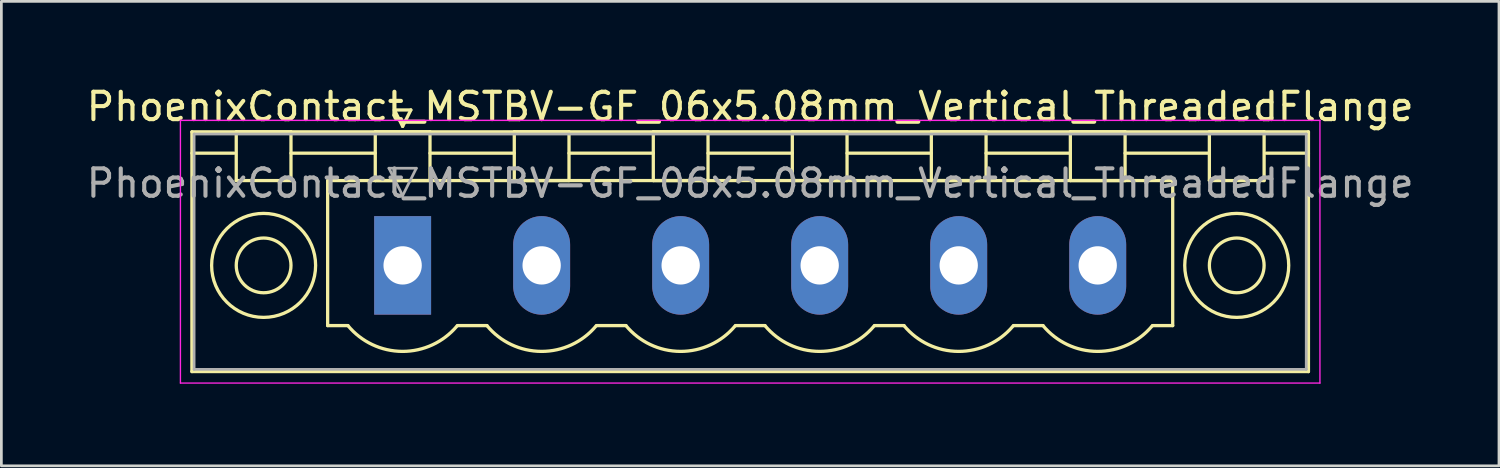
<source format=kicad_pcb>
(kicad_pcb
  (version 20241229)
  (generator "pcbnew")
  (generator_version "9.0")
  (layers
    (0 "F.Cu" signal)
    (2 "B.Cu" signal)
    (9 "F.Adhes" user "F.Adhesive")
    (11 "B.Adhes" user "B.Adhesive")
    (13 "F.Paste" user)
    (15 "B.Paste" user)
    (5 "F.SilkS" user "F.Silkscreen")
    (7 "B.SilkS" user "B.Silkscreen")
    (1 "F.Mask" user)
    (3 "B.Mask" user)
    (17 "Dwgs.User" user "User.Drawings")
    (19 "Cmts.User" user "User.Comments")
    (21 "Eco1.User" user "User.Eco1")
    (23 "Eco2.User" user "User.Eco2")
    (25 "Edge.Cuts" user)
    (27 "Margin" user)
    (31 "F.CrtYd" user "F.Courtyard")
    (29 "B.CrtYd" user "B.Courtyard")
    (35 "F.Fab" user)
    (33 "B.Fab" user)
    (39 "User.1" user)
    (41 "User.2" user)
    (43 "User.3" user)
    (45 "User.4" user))
  (footprint "PhoenixContact_MSTBV-GF_06x5.08mm_Vertical_ThreadedFlange"
    (layer "F.Cu")
    (at 11.663 6.648)
    (property "Reference" "PhoenixContact_MSTBV-GF_06x5.08mm_Vertical_ThreadedFlange" (at 12.7 -5.8 0) (layer "F.SilkS") (effects (font (size 1 1) (thickness 0.15))))
    (attr through_hole)
    (fp_line (start -7.7 -4.88) (end -7.7 3.88) (stroke (width 0.12) (type solid)) (layer "F.SilkS"))
    (fp_line (start -7.7 -4.1) (end -6.16 -4.1) (stroke (width 0.12) (type solid)) (layer "F.SilkS"))
    (fp_line (start -7.7 3.88) (end 33.1 3.88) (stroke (width 0.12) (type solid)) (layer "F.SilkS"))
    (fp_line (start -6.08 -4.88) (end -4.08 -4.88) (stroke (width 0.12) (type solid)) (layer "F.SilkS"))
    (fp_line (start -6.08 -3.1) (end -6.08 -4.88) (stroke (width 0.12) (type solid)) (layer "F.SilkS"))
    (fp_line (start -4.08 -4.88) (end -4.08 -3.1) (stroke (width 0.12) (type solid)) (layer "F.SilkS"))
    (fp_line (start -4.08 -4.1) (end -1 -4.1) (stroke (width 0.12) (type solid)) (layer "F.SilkS"))
    (fp_line (start -4.08 -3.1) (end -6.08 -3.1) (stroke (width 0.12) (type solid)) (layer "F.SilkS"))
    (fp_line (start -2.74 -3.1) (end 28.14 -3.1) (stroke (width 0.12) (type solid)) (layer "F.SilkS"))
    (fp_line (start -2.74 2.2) (end -2.74 -3.1) (stroke (width 0.12) (type solid)) (layer "F.SilkS"))
    (fp_line (start -2 2.2) (end -2.74 2.2) (stroke (width 0.12) (type solid)) (layer "F.SilkS"))
    (fp_line (start -1 -4.88) (end 1 -4.88) (stroke (width 0.12) (type solid)) (layer "F.SilkS"))
    (fp_line (start -1 -3.1) (end -1 -4.88) (stroke (width 0.12) (type solid)) (layer "F.SilkS"))
    (fp_line (start -0.3 -5.68) (end 0.3 -5.68) (stroke (width 0.12) (type solid)) (layer "F.SilkS"))
    (fp_line (start 0 -5.08) (end -0.3 -5.68) (stroke (width 0.12) (type solid)) (layer "F.SilkS"))
    (fp_line (start 0.3 -5.68) (end 0 -5.08) (stroke (width 0.12) (type solid)) (layer "F.SilkS"))
    (fp_line (start 1 -4.88) (end 1 -3.1) (stroke (width 0.12) (type solid)) (layer "F.SilkS"))
    (fp_line (start 1 -4.1) (end 4.08 -4.1) (stroke (width 0.12) (type solid)) (layer "F.SilkS"))
    (fp_line (start 1 -3.1) (end -1 -3.1) (stroke (width 0.12) (type solid)) (layer "F.SilkS"))
    (fp_line (start 2 2.2) (end 3.08 2.2) (stroke (width 0.12) (type solid)) (layer "F.SilkS"))
    (fp_line (start 4.08 -4.88) (end 6.08 -4.88) (stroke (width 0.12) (type solid)) (layer "F.SilkS"))
    (fp_line (start 4.08 -3.1) (end 4.08 -4.88) (stroke (width 0.12) (type solid)) (layer "F.SilkS"))
    (fp_line (start 6.08 -4.88) (end 6.08 -3.1) (stroke (width 0.12) (type solid)) (layer "F.SilkS"))
    (fp_line (start 6.08 -4.1) (end 9.16 -4.1) (stroke (width 0.12) (type solid)) (layer "F.SilkS"))
    (fp_line (start 6.08 -3.1) (end 4.08 -3.1) (stroke (width 0.12) (type solid)) (layer "F.SilkS"))
    (fp_line (start 7.08 2.2) (end 8.16 2.2) (stroke (width 0.12) (type solid)) (layer "F.SilkS"))
    (fp_line (start 9.16 -4.88) (end 11.16 -4.88) (stroke (width 0.12) (type solid)) (layer "F.SilkS"))
    (fp_line (start 9.16 -3.1) (end 9.16 -4.88) (stroke (width 0.12) (type solid)) (layer "F.SilkS"))
    (fp_line (start 11.16 -4.88) (end 11.16 -3.1) (stroke (width 0.12) (type solid)) (layer "F.SilkS"))
    (fp_line (start 11.16 -4.1) (end 14.24 -4.1) (stroke (width 0.12) (type solid)) (layer "F.SilkS"))
    (fp_line (start 11.16 -3.1) (end 9.16 -3.1) (stroke (width 0.12) (type solid)) (layer "F.SilkS"))
    (fp_line (start 12.16 2.2) (end 13.24 2.2) (stroke (width 0.12) (type solid)) (layer "F.SilkS"))
    (fp_line (start 14.24 -4.88) (end 16.24 -4.88) (stroke (width 0.12) (type solid)) (layer "F.SilkS"))
    (fp_line (start 14.24 -3.1) (end 14.24 -4.88) (stroke (width 0.12) (type solid)) (layer "F.SilkS"))
    (fp_line (start 16.24 -4.88) (end 16.24 -3.1) (stroke (width 0.12) (type solid)) (layer "F.SilkS"))
    (fp_line (start 16.24 -4.1) (end 19.32 -4.1) (stroke (width 0.12) (type solid)) (layer "F.SilkS"))
    (fp_line (start 16.24 -3.1) (end 14.24 -3.1) (stroke (width 0.12) (type solid)) (layer "F.SilkS"))
    (fp_line (start 17.24 2.2) (end 18.32 2.2) (stroke (width 0.12) (type solid)) (layer "F.SilkS"))
    (fp_line (start 19.32 -4.88) (end 21.32 -4.88) (stroke (width 0.12) (type solid)) (layer "F.SilkS"))
    (fp_line (start 19.32 -3.1) (end 19.32 -4.88) (stroke (width 0.12) (type solid)) (layer "F.SilkS"))
    (fp_line (start 21.32 -4.88) (end 21.32 -3.1) (stroke (width 0.12) (type solid)) (layer "F.SilkS"))
    (fp_line (start 21.32 -4.1) (end 24.4 -4.1) (stroke (width 0.12) (type solid)) (layer "F.SilkS"))
    (fp_line (start 21.32 -3.1) (end 19.32 -3.1) (stroke (width 0.12) (type solid)) (layer "F.SilkS"))
    (fp_line (start 22.32 2.2) (end 23.4 2.2) (stroke (width 0.12) (type solid)) (layer "F.SilkS"))
    (fp_line (start 24.4 -4.88) (end 26.4 -4.88) (stroke (width 0.12) (type solid)) (layer "F.SilkS"))
    (fp_line (start 24.4 -3.1) (end 24.4 -4.88) (stroke (width 0.12) (type solid)) (layer "F.SilkS"))
    (fp_line (start 26.4 -4.88) (end 26.4 -3.1) (stroke (width 0.12) (type solid)) (layer "F.SilkS"))
    (fp_line (start 26.4 -4.1) (end 29.48 -4.1) (stroke (width 0.12) (type solid)) (layer "F.SilkS"))
    (fp_line (start 26.4 -3.1) (end 24.4 -3.1) (stroke (width 0.12) (type solid)) (layer "F.SilkS"))
    (fp_line (start 28.14 -3.1) (end 28.14 2.2) (stroke (width 0.12) (type solid)) (layer "F.SilkS"))
    (fp_line (start 28.14 2.2) (end 27.4 2.2) (stroke (width 0.12) (type solid)) (layer "F.SilkS"))
    (fp_line (start 29.48 -4.88) (end 31.48 -4.88) (stroke (width 0.12) (type solid)) (layer "F.SilkS"))
    (fp_line (start 29.48 -3.1) (end 29.48 -4.88) (stroke (width 0.12) (type solid)) (layer "F.SilkS"))
    (fp_line (start 31.48 -4.88) (end 31.48 -3.1) (stroke (width 0.12) (type solid)) (layer "F.SilkS"))
    (fp_line (start 31.48 -3.1) (end 29.48 -3.1) (stroke (width 0.12) (type solid)) (layer "F.SilkS"))
    (fp_line (start 33.1 -4.88) (end -7.7 -4.88) (stroke (width 0.12) (type solid)) (layer "F.SilkS"))
    (fp_line (start 33.1 -4.1) (end 31.56 -4.1) (stroke (width 0.12) (type solid)) (layer "F.SilkS"))
    (fp_line (start 33.1 3.88) (end 33.1 -4.88) (stroke (width 0.12) (type solid)) (layer "F.SilkS"))
    (fp_arc (start 1.986842 2.215821) (mid -0.010289 3.142758) (end -2 2.2) (stroke (width 0.12) (type solid)) (layer "F.SilkS"))
    (fp_arc (start 7.066842 2.215821) (mid 5.069711 3.142758) (end 3.08 2.2) (stroke (width 0.12) (type solid)) (layer "F.SilkS"))
    (fp_arc (start 12.146842 2.215821) (mid 10.149711 3.142758) (end 8.16 2.2) (stroke (width 0.12) (type solid)) (layer "F.SilkS"))
    (fp_arc (start 17.226842 2.215821) (mid 15.229711 3.142758) (end 13.24 2.2) (stroke (width 0.12) (type solid)) (layer "F.SilkS"))
    (fp_arc (start 22.306842 2.215821) (mid 20.309711 3.142758) (end 18.32 2.2) (stroke (width 0.12) (type solid)) (layer "F.SilkS"))
    (fp_arc (start 27.386842 2.215821) (mid 25.389711 3.142758) (end 23.4 2.2) (stroke (width 0.12) (type solid)) (layer "F.SilkS"))
    (fp_circle (center -5.08 0) (end -4.08 0) (stroke (width 0.12) (type solid)) (fill no) (layer "F.SilkS"))
    (fp_circle (center -5.08 0) (end -3.18 0) (stroke (width 0.12) (type solid)) (fill no) (layer "F.SilkS"))
    (fp_circle (center 30.48 0) (end 31.48 0) (stroke (width 0.12) (type solid)) (fill no) (layer "F.SilkS"))
    (fp_circle (center 30.48 0) (end 32.38 0) (stroke (width 0.12) (type solid)) (fill no) (layer "F.SilkS"))
    (fp_line (start -8.12 -5.3) (end -8.12 4.3) (stroke (width 0.05) (type solid)) (layer "F.CrtYd"))
    (fp_line (start -8.12 4.3) (end 33.52 4.3) (stroke (width 0.05) (type solid)) (layer "F.CrtYd"))
    (fp_line (start 33.52 -5.3) (end -8.12 -5.3) (stroke (width 0.05) (type solid)) (layer "F.CrtYd"))
    (fp_line (start 33.52 4.3) (end 33.52 -5.3) (stroke (width 0.05) (type solid)) (layer "F.CrtYd"))
    (fp_line (start -7.62 -4.8) (end -7.62 3.8) (stroke (width 0.1) (type solid)) (layer "F.Fab"))
    (fp_line (start -7.62 3.8) (end 33.02 3.8) (stroke (width 0.1) (type solid)) (layer "F.Fab"))
    (fp_line (start -0.5 -3.55) (end 0.5 -3.55) (stroke (width 0.1) (type solid)) (layer "F.Fab"))
    (fp_line (start 0 -2.55) (end -0.5 -3.55) (stroke (width 0.1) (type solid)) (layer "F.Fab"))
    (fp_line (start 0.5 -3.55) (end 0 -2.55) (stroke (width 0.1) (type solid)) (layer "F.Fab"))
    (fp_line (start 33.02 -4.8) (end -7.62 -4.8) (stroke (width 0.1) (type solid)) (layer "F.Fab"))
    (fp_line (start 33.02 3.8) (end 33.02 -4.8) (stroke (width 0.1) (type solid)) (layer "F.Fab"))
    (fp_text user "${REFERENCE}" (at 12.7 -3 0) (layer "F.Fab") (effects (font (size 1 1) (thickness 0.15))))
    (pad "1" thru_hole rect (at 0 0) (size 2.08 3.6) (drill 1.4) (layers "*.Cu" "*.Mask"))
    (pad "2" thru_hole oval (at 5.08 0) (size 2.08 3.6) (drill 1.4) (layers "*.Cu" "*.Mask"))
    (pad "3" thru_hole oval (at 10.16 0) (size 2.08 3.6) (drill 1.4) (layers "*.Cu" "*.Mask"))
    (pad "4" thru_hole oval (at 15.24 0) (size 2.08 3.6) (drill 1.4) (layers "*.Cu" "*.Mask"))
    (pad "5" thru_hole oval (at 20.32 0) (size 2.08 3.6) (drill 1.4) (layers "*.Cu" "*.Mask"))
    (pad "6" thru_hole oval (at 25.4 0) (size 2.08 3.6) (drill 1.4) (layers "*.Cu" "*.Mask")))
  (gr_rect
    (start -3 -3)
    (end 51.726 13.973)
    (stroke (width 0.1) (type default))
    (fill no)
    (layer "Edge.Cuts")))
</source>
